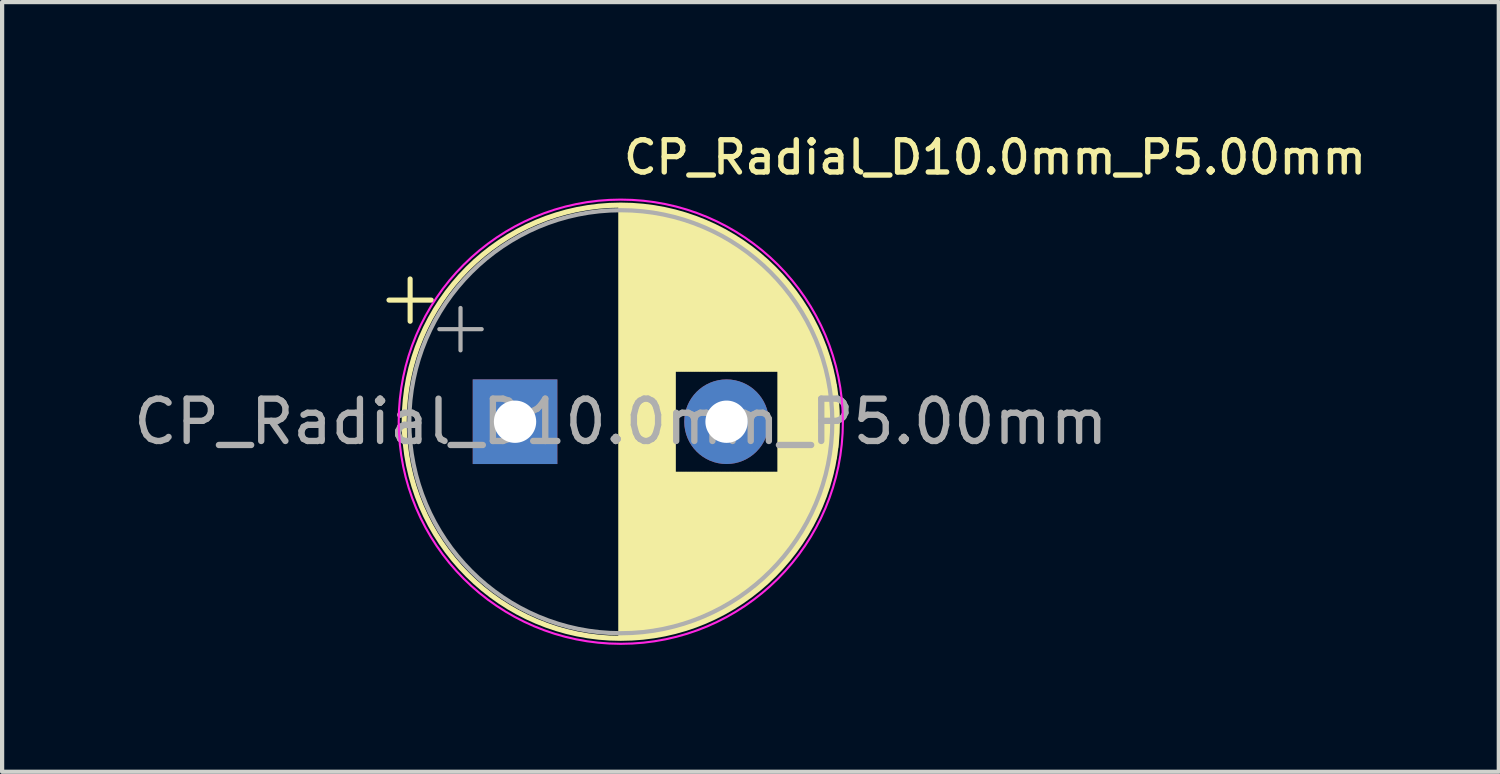
<source format=kicad_pcb>
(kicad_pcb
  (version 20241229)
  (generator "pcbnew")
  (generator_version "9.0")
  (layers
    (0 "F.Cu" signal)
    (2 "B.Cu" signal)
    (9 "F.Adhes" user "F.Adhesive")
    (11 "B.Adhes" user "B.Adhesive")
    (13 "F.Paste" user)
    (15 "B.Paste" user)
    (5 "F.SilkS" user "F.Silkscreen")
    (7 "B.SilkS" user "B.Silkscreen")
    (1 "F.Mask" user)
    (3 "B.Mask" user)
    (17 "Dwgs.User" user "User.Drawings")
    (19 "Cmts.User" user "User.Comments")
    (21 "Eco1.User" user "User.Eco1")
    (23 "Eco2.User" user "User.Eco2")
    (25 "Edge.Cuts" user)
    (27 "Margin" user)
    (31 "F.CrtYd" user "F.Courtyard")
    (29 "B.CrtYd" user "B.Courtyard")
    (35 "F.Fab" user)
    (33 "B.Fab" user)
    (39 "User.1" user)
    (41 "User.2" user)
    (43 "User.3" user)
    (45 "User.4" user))
  (footprint "CP_Radial_D10.0mm_P5.00mm"
    (layer "F.Cu")
    (at 9.125 6.919)
    (property "Reference" "CP_Radial_D10.0mm_P5.00mm" (at 2.5 -6.25 0) (layer "F.SilkS") (effects (font (size 0.762 0.762) (thickness 0.127)) (justify left)))
    (attr through_hole)
    (fp_line (start -2.98 -2.875) (end -1.98 -2.875) (stroke (width 0.12) (type solid)) (layer "F.SilkS"))
    (fp_line (start -2.48 -3.375) (end -2.48 -2.375) (stroke (width 0.12) (type solid)) (layer "F.SilkS"))
    (fp_line (start 2.5 -5.08) (end 2.5 5.08) (stroke (width 0.12) (type solid)) (layer "F.SilkS"))
    (fp_line (start 2.54 -5.08) (end 2.54 5.08) (stroke (width 0.12) (type solid)) (layer "F.SilkS"))
    (fp_line (start 2.58 -5.08) (end 2.58 5.08) (stroke (width 0.12) (type solid)) (layer "F.SilkS"))
    (fp_line (start 2.62 -5.079) (end 2.62 5.079) (stroke (width 0.12) (type solid)) (layer "F.SilkS"))
    (fp_line (start 2.66 -5.078) (end 2.66 5.078) (stroke (width 0.12) (type solid)) (layer "F.SilkS"))
    (fp_line (start 2.7 -5.077) (end 2.7 5.077) (stroke (width 0.12) (type solid)) (layer "F.SilkS"))
    (fp_line (start 2.74 -5.075) (end 2.74 5.075) (stroke (width 0.12) (type solid)) (layer "F.SilkS"))
    (fp_line (start 2.78 -5.073) (end 2.78 5.073) (stroke (width 0.12) (type solid)) (layer "F.SilkS"))
    (fp_line (start 2.82 -5.07) (end 2.82 5.07) (stroke (width 0.12) (type solid)) (layer "F.SilkS"))
    (fp_line (start 2.86 -5.068) (end 2.86 5.068) (stroke (width 0.12) (type solid)) (layer "F.SilkS"))
    (fp_line (start 2.9 -5.065) (end 2.9 5.065) (stroke (width 0.12) (type solid)) (layer "F.SilkS"))
    (fp_line (start 2.94 -5.062) (end 2.94 5.062) (stroke (width 0.12) (type solid)) (layer "F.SilkS"))
    (fp_line (start 2.98 -5.058) (end 2.98 5.058) (stroke (width 0.12) (type solid)) (layer "F.SilkS"))
    (fp_line (start 3.02 -5.054) (end 3.02 5.054) (stroke (width 0.12) (type solid)) (layer "F.SilkS"))
    (fp_line (start 3.06 -5.05) (end 3.06 5.05) (stroke (width 0.12) (type solid)) (layer "F.SilkS"))
    (fp_line (start 3.1 -5.045) (end 3.1 5.045) (stroke (width 0.12) (type solid)) (layer "F.SilkS"))
    (fp_line (start 3.14 -5.04) (end 3.14 5.04) (stroke (width 0.12) (type solid)) (layer "F.SilkS"))
    (fp_line (start 3.18 -5.035) (end 3.18 5.035) (stroke (width 0.12) (type solid)) (layer "F.SilkS"))
    (fp_line (start 3.221 -5.03) (end 3.221 5.03) (stroke (width 0.12) (type solid)) (layer "F.SilkS"))
    (fp_line (start 3.261 -5.024) (end 3.261 5.024) (stroke (width 0.12) (type solid)) (layer "F.SilkS"))
    (fp_line (start 3.301 -5.018) (end 3.301 5.018) (stroke (width 0.12) (type solid)) (layer "F.SilkS"))
    (fp_line (start 3.341 -5.011) (end 3.341 5.011) (stroke (width 0.12) (type solid)) (layer "F.SilkS"))
    (fp_line (start 3.381 -5.004) (end 3.381 5.004) (stroke (width 0.12) (type solid)) (layer "F.SilkS"))
    (fp_line (start 3.421 -4.997) (end 3.421 4.997) (stroke (width 0.12) (type solid)) (layer "F.SilkS"))
    (fp_line (start 3.461 -4.99) (end 3.461 4.99) (stroke (width 0.12) (type solid)) (layer "F.SilkS"))
    (fp_line (start 3.501 -4.982) (end 3.501 4.982) (stroke (width 0.12) (type solid)) (layer "F.SilkS"))
    (fp_line (start 3.541 -4.974) (end 3.541 4.974) (stroke (width 0.12) (type solid)) (layer "F.SilkS"))
    (fp_line (start 3.581 -4.965) (end 3.581 4.965) (stroke (width 0.12) (type solid)) (layer "F.SilkS"))
    (fp_line (start 3.621 -4.956) (end 3.621 4.956) (stroke (width 0.12) (type solid)) (layer "F.SilkS"))
    (fp_line (start 3.661 -4.947) (end 3.661 4.947) (stroke (width 0.12) (type solid)) (layer "F.SilkS"))
    (fp_line (start 3.701 -4.938) (end 3.701 4.938) (stroke (width 0.12) (type solid)) (layer "F.SilkS"))
    (fp_line (start 3.741 -4.928) (end 3.741 4.928) (stroke (width 0.12) (type solid)) (layer "F.SilkS"))
    (fp_line (start 3.781 -4.918) (end 3.781 -1.241) (stroke (width 0.12) (type solid)) (layer "F.SilkS"))
    (fp_line (start 3.781 1.241) (end 3.781 4.918) (stroke (width 0.12) (type solid)) (layer "F.SilkS"))
    (fp_line (start 3.821 -4.907) (end 3.821 -1.241) (stroke (width 0.12) (type solid)) (layer "F.SilkS"))
    (fp_line (start 3.821 1.241) (end 3.821 4.907) (stroke (width 0.12) (type solid)) (layer "F.SilkS"))
    (fp_line (start 3.861 -4.897) (end 3.861 -1.241) (stroke (width 0.12) (type solid)) (layer "F.SilkS"))
    (fp_line (start 3.861 1.241) (end 3.861 4.897) (stroke (width 0.12) (type solid)) (layer "F.SilkS"))
    (fp_line (start 3.901 -4.885) (end 3.901 -1.241) (stroke (width 0.12) (type solid)) (layer "F.SilkS"))
    (fp_line (start 3.901 1.241) (end 3.901 4.885) (stroke (width 0.12) (type solid)) (layer "F.SilkS"))
    (fp_line (start 3.941 -4.874) (end 3.941 -1.241) (stroke (width 0.12) (type solid)) (layer "F.SilkS"))
    (fp_line (start 3.941 1.241) (end 3.941 4.874) (stroke (width 0.12) (type solid)) (layer "F.SilkS"))
    (fp_line (start 3.981 -4.862) (end 3.981 -1.241) (stroke (width 0.12) (type solid)) (layer "F.SilkS"))
    (fp_line (start 3.981 1.241) (end 3.981 4.862) (stroke (width 0.12) (type solid)) (layer "F.SilkS"))
    (fp_line (start 4.021 -4.85) (end 4.021 -1.241) (stroke (width 0.12) (type solid)) (layer "F.SilkS"))
    (fp_line (start 4.021 1.241) (end 4.021 4.85) (stroke (width 0.12) (type solid)) (layer "F.SilkS"))
    (fp_line (start 4.061 -4.837) (end 4.061 -1.241) (stroke (width 0.12) (type solid)) (layer "F.SilkS"))
    (fp_line (start 4.061 1.241) (end 4.061 4.837) (stroke (width 0.12) (type solid)) (layer "F.SilkS"))
    (fp_line (start 4.101 -4.824) (end 4.101 -1.241) (stroke (width 0.12) (type solid)) (layer "F.SilkS"))
    (fp_line (start 4.101 1.241) (end 4.101 4.824) (stroke (width 0.12) (type solid)) (layer "F.SilkS"))
    (fp_line (start 4.141 -4.811) (end 4.141 -1.241) (stroke (width 0.12) (type solid)) (layer "F.SilkS"))
    (fp_line (start 4.141 1.241) (end 4.141 4.811) (stroke (width 0.12) (type solid)) (layer "F.SilkS"))
    (fp_line (start 4.181 -4.797) (end 4.181 -1.241) (stroke (width 0.12) (type solid)) (layer "F.SilkS"))
    (fp_line (start 4.181 1.241) (end 4.181 4.797) (stroke (width 0.12) (type solid)) (layer "F.SilkS"))
    (fp_line (start 4.221 -4.783) (end 4.221 -1.241) (stroke (width 0.12) (type solid)) (layer "F.SilkS"))
    (fp_line (start 4.221 1.241) (end 4.221 4.783) (stroke (width 0.12) (type solid)) (layer "F.SilkS"))
    (fp_line (start 4.261 -4.768) (end 4.261 -1.241) (stroke (width 0.12) (type solid)) (layer "F.SilkS"))
    (fp_line (start 4.261 1.241) (end 4.261 4.768) (stroke (width 0.12) (type solid)) (layer "F.SilkS"))
    (fp_line (start 4.301 -4.754) (end 4.301 -1.241) (stroke (width 0.12) (type solid)) (layer "F.SilkS"))
    (fp_line (start 4.301 1.241) (end 4.301 4.754) (stroke (width 0.12) (type solid)) (layer "F.SilkS"))
    (fp_line (start 4.341 -4.738) (end 4.341 -1.241) (stroke (width 0.12) (type solid)) (layer "F.SilkS"))
    (fp_line (start 4.341 1.241) (end 4.341 4.738) (stroke (width 0.12) (type solid)) (layer "F.SilkS"))
    (fp_line (start 4.381 -4.723) (end 4.381 -1.241) (stroke (width 0.12) (type solid)) (layer "F.SilkS"))
    (fp_line (start 4.381 1.241) (end 4.381 4.723) (stroke (width 0.12) (type solid)) (layer "F.SilkS"))
    (fp_line (start 4.421 -4.707) (end 4.421 -1.241) (stroke (width 0.12) (type solid)) (layer "F.SilkS"))
    (fp_line (start 4.421 1.241) (end 4.421 4.707) (stroke (width 0.12) (type solid)) (layer "F.SilkS"))
    (fp_line (start 4.461 -4.69) (end 4.461 -1.241) (stroke (width 0.12) (type solid)) (layer "F.SilkS"))
    (fp_line (start 4.461 1.241) (end 4.461 4.69) (stroke (width 0.12) (type solid)) (layer "F.SilkS"))
    (fp_line (start 4.501 -4.674) (end 4.501 -1.241) (stroke (width 0.12) (type solid)) (layer "F.SilkS"))
    (fp_line (start 4.501 1.241) (end 4.501 4.674) (stroke (width 0.12) (type solid)) (layer "F.SilkS"))
    (fp_line (start 4.541 -4.657) (end 4.541 -1.241) (stroke (width 0.12) (type solid)) (layer "F.SilkS"))
    (fp_line (start 4.541 1.241) (end 4.541 4.657) (stroke (width 0.12) (type solid)) (layer "F.SilkS"))
    (fp_line (start 4.581 -4.639) (end 4.581 -1.241) (stroke (width 0.12) (type solid)) (layer "F.SilkS"))
    (fp_line (start 4.581 1.241) (end 4.581 4.639) (stroke (width 0.12) (type solid)) (layer "F.SilkS"))
    (fp_line (start 4.621 -4.621) (end 4.621 -1.241) (stroke (width 0.12) (type solid)) (layer "F.SilkS"))
    (fp_line (start 4.621 1.241) (end 4.621 4.621) (stroke (width 0.12) (type solid)) (layer "F.SilkS"))
    (fp_line (start 4.661 -4.603) (end 4.661 -1.241) (stroke (width 0.12) (type solid)) (layer "F.SilkS"))
    (fp_line (start 4.661 1.241) (end 4.661 4.603) (stroke (width 0.12) (type solid)) (layer "F.SilkS"))
    (fp_line (start 4.701 -4.584) (end 4.701 -1.241) (stroke (width 0.12) (type solid)) (layer "F.SilkS"))
    (fp_line (start 4.701 1.241) (end 4.701 4.584) (stroke (width 0.12) (type solid)) (layer "F.SilkS"))
    (fp_line (start 4.741 -4.564) (end 4.741 -1.241) (stroke (width 0.12) (type solid)) (layer "F.SilkS"))
    (fp_line (start 4.741 1.241) (end 4.741 4.564) (stroke (width 0.12) (type solid)) (layer "F.SilkS"))
    (fp_line (start 4.781 -4.545) (end 4.781 -1.241) (stroke (width 0.12) (type solid)) (layer "F.SilkS"))
    (fp_line (start 4.781 1.241) (end 4.781 4.545) (stroke (width 0.12) (type solid)) (layer "F.SilkS"))
    (fp_line (start 4.821 -4.525) (end 4.821 -1.241) (stroke (width 0.12) (type solid)) (layer "F.SilkS"))
    (fp_line (start 4.821 1.241) (end 4.821 4.525) (stroke (width 0.12) (type solid)) (layer "F.SilkS"))
    (fp_line (start 4.861 -4.504) (end 4.861 -1.241) (stroke (width 0.12) (type solid)) (layer "F.SilkS"))
    (fp_line (start 4.861 1.241) (end 4.861 4.504) (stroke (width 0.12) (type solid)) (layer "F.SilkS"))
    (fp_line (start 4.901 -4.483) (end 4.901 -1.241) (stroke (width 0.12) (type solid)) (layer "F.SilkS"))
    (fp_line (start 4.901 1.241) (end 4.901 4.483) (stroke (width 0.12) (type solid)) (layer "F.SilkS"))
    (fp_line (start 4.941 -4.462) (end 4.941 -1.241) (stroke (width 0.12) (type solid)) (layer "F.SilkS"))
    (fp_line (start 4.941 1.241) (end 4.941 4.462) (stroke (width 0.12) (type solid)) (layer "F.SilkS"))
    (fp_line (start 4.981 -4.44) (end 4.981 -1.241) (stroke (width 0.12) (type solid)) (layer "F.SilkS"))
    (fp_line (start 4.981 1.241) (end 4.981 4.44) (stroke (width 0.12) (type solid)) (layer "F.SilkS"))
    (fp_line (start 5.021 -4.417) (end 5.021 -1.241) (stroke (width 0.12) (type solid)) (layer "F.SilkS"))
    (fp_line (start 5.021 1.241) (end 5.021 4.417) (stroke (width 0.12) (type solid)) (layer "F.SilkS"))
    (fp_line (start 5.061 -4.395) (end 5.061 -1.241) (stroke (width 0.12) (type solid)) (layer "F.SilkS"))
    (fp_line (start 5.061 1.241) (end 5.061 4.395) (stroke (width 0.12) (type solid)) (layer "F.SilkS"))
    (fp_line (start 5.101 -4.371) (end 5.101 -1.241) (stroke (width 0.12) (type solid)) (layer "F.SilkS"))
    (fp_line (start 5.101 1.241) (end 5.101 4.371) (stroke (width 0.12) (type solid)) (layer "F.SilkS"))
    (fp_line (start 5.141 -4.347) (end 5.141 -1.241) (stroke (width 0.12) (type solid)) (layer "F.SilkS"))
    (fp_line (start 5.141 1.241) (end 5.141 4.347) (stroke (width 0.12) (type solid)) (layer "F.SilkS"))
    (fp_line (start 5.181 -4.323) (end 5.181 -1.241) (stroke (width 0.12) (type solid)) (layer "F.SilkS"))
    (fp_line (start 5.181 1.241) (end 5.181 4.323) (stroke (width 0.12) (type solid)) (layer "F.SilkS"))
    (fp_line (start 5.221 -4.298) (end 5.221 -1.241) (stroke (width 0.12) (type solid)) (layer "F.SilkS"))
    (fp_line (start 5.221 1.241) (end 5.221 4.298) (stroke (width 0.12) (type solid)) (layer "F.SilkS"))
    (fp_line (start 5.261 -4.273) (end 5.261 -1.241) (stroke (width 0.12) (type solid)) (layer "F.SilkS"))
    (fp_line (start 5.261 1.241) (end 5.261 4.273) (stroke (width 0.12) (type solid)) (layer "F.SilkS"))
    (fp_line (start 5.301 -4.247) (end 5.301 -1.241) (stroke (width 0.12) (type solid)) (layer "F.SilkS"))
    (fp_line (start 5.301 1.241) (end 5.301 4.247) (stroke (width 0.12) (type solid)) (layer "F.SilkS"))
    (fp_line (start 5.341 -4.221) (end 5.341 -1.241) (stroke (width 0.12) (type solid)) (layer "F.SilkS"))
    (fp_line (start 5.341 1.241) (end 5.341 4.221) (stroke (width 0.12) (type solid)) (layer "F.SilkS"))
    (fp_line (start 5.381 -4.194) (end 5.381 -1.241) (stroke (width 0.12) (type solid)) (layer "F.SilkS"))
    (fp_line (start 5.381 1.241) (end 5.381 4.194) (stroke (width 0.12) (type solid)) (layer "F.SilkS"))
    (fp_line (start 5.421 -4.166) (end 5.421 -1.241) (stroke (width 0.12) (type solid)) (layer "F.SilkS"))
    (fp_line (start 5.421 1.241) (end 5.421 4.166) (stroke (width 0.12) (type solid)) (layer "F.SilkS"))
    (fp_line (start 5.461 -4.138) (end 5.461 -1.241) (stroke (width 0.12) (type solid)) (layer "F.SilkS"))
    (fp_line (start 5.461 1.241) (end 5.461 4.138) (stroke (width 0.12) (type solid)) (layer "F.SilkS"))
    (fp_line (start 5.501 -4.11) (end 5.501 -1.241) (stroke (width 0.12) (type solid)) (layer "F.SilkS"))
    (fp_line (start 5.501 1.241) (end 5.501 4.11) (stroke (width 0.12) (type solid)) (layer "F.SilkS"))
    (fp_line (start 5.541 -4.08) (end 5.541 -1.241) (stroke (width 0.12) (type solid)) (layer "F.SilkS"))
    (fp_line (start 5.541 1.241) (end 5.541 4.08) (stroke (width 0.12) (type solid)) (layer "F.SilkS"))
    (fp_line (start 5.581 -4.05) (end 5.581 -1.241) (stroke (width 0.12) (type solid)) (layer "F.SilkS"))
    (fp_line (start 5.581 1.241) (end 5.581 4.05) (stroke (width 0.12) (type solid)) (layer "F.SilkS"))
    (fp_line (start 5.621 -4.02) (end 5.621 -1.241) (stroke (width 0.12) (type solid)) (layer "F.SilkS"))
    (fp_line (start 5.621 1.241) (end 5.621 4.02) (stroke (width 0.12) (type solid)) (layer "F.SilkS"))
    (fp_line (start 5.661 -3.989) (end 5.661 -1.241) (stroke (width 0.12) (type solid)) (layer "F.SilkS"))
    (fp_line (start 5.661 1.241) (end 5.661 3.989) (stroke (width 0.12) (type solid)) (layer "F.SilkS"))
    (fp_line (start 5.701 -3.957) (end 5.701 -1.241) (stroke (width 0.12) (type solid)) (layer "F.SilkS"))
    (fp_line (start 5.701 1.241) (end 5.701 3.957) (stroke (width 0.12) (type solid)) (layer "F.SilkS"))
    (fp_line (start 5.741 -3.925) (end 5.741 -1.241) (stroke (width 0.12) (type solid)) (layer "F.SilkS"))
    (fp_line (start 5.741 1.241) (end 5.741 3.925) (stroke (width 0.12) (type solid)) (layer "F.SilkS"))
    (fp_line (start 5.781 -3.892) (end 5.781 -1.241) (stroke (width 0.12) (type solid)) (layer "F.SilkS"))
    (fp_line (start 5.781 1.241) (end 5.781 3.892) (stroke (width 0.12) (type solid)) (layer "F.SilkS"))
    (fp_line (start 5.821 -3.858) (end 5.821 -1.241) (stroke (width 0.12) (type solid)) (layer "F.SilkS"))
    (fp_line (start 5.821 1.241) (end 5.821 3.858) (stroke (width 0.12) (type solid)) (layer "F.SilkS"))
    (fp_line (start 5.861 -3.824) (end 5.861 -1.241) (stroke (width 0.12) (type solid)) (layer "F.SilkS"))
    (fp_line (start 5.861 1.241) (end 5.861 3.824) (stroke (width 0.12) (type solid)) (layer "F.SilkS"))
    (fp_line (start 5.901 -3.789) (end 5.901 -1.241) (stroke (width 0.12) (type solid)) (layer "F.SilkS"))
    (fp_line (start 5.901 1.241) (end 5.901 3.789) (stroke (width 0.12) (type solid)) (layer "F.SilkS"))
    (fp_line (start 5.941 -3.753) (end 5.941 -1.241) (stroke (width 0.12) (type solid)) (layer "F.SilkS"))
    (fp_line (start 5.941 1.241) (end 5.941 3.753) (stroke (width 0.12) (type solid)) (layer "F.SilkS"))
    (fp_line (start 5.981 -3.716) (end 5.981 -1.241) (stroke (width 0.12) (type solid)) (layer "F.SilkS"))
    (fp_line (start 5.981 1.241) (end 5.981 3.716) (stroke (width 0.12) (type solid)) (layer "F.SilkS"))
    (fp_line (start 6.021 -3.679) (end 6.021 -1.241) (stroke (width 0.12) (type solid)) (layer "F.SilkS"))
    (fp_line (start 6.021 1.241) (end 6.021 3.679) (stroke (width 0.12) (type solid)) (layer "F.SilkS"))
    (fp_line (start 6.061 -3.64) (end 6.061 -1.241) (stroke (width 0.12) (type solid)) (layer "F.SilkS"))
    (fp_line (start 6.061 1.241) (end 6.061 3.64) (stroke (width 0.12) (type solid)) (layer "F.SilkS"))
    (fp_line (start 6.101 -3.601) (end 6.101 -1.241) (stroke (width 0.12) (type solid)) (layer "F.SilkS"))
    (fp_line (start 6.101 1.241) (end 6.101 3.601) (stroke (width 0.12) (type solid)) (layer "F.SilkS"))
    (fp_line (start 6.141 -3.561) (end 6.141 -1.241) (stroke (width 0.12) (type solid)) (layer "F.SilkS"))
    (fp_line (start 6.141 1.241) (end 6.141 3.561) (stroke (width 0.12) (type solid)) (layer "F.SilkS"))
    (fp_line (start 6.181 -3.52) (end 6.181 -1.241) (stroke (width 0.12) (type solid)) (layer "F.SilkS"))
    (fp_line (start 6.181 1.241) (end 6.181 3.52) (stroke (width 0.12) (type solid)) (layer "F.SilkS"))
    (fp_line (start 6.221 -3.478) (end 6.221 -1.241) (stroke (width 0.12) (type solid)) (layer "F.SilkS"))
    (fp_line (start 6.221 1.241) (end 6.221 3.478) (stroke (width 0.12) (type solid)) (layer "F.SilkS"))
    (fp_line (start 6.261 -3.436) (end 6.261 3.436) (stroke (width 0.12) (type solid)) (layer "F.SilkS"))
    (fp_line (start 6.301 -3.392) (end 6.301 3.392) (stroke (width 0.12) (type solid)) (layer "F.SilkS"))
    (fp_line (start 6.341 -3.347) (end 6.341 3.347) (stroke (width 0.12) (type solid)) (layer "F.SilkS"))
    (fp_line (start 6.381 -3.301) (end 6.381 3.301) (stroke (width 0.12) (type solid)) (layer "F.SilkS"))
    (fp_line (start 6.421 -3.254) (end 6.421 3.254) (stroke (width 0.12) (type solid)) (layer "F.SilkS"))
    (fp_line (start 6.461 -3.206) (end 6.461 3.206) (stroke (width 0.12) (type solid)) (layer "F.SilkS"))
    (fp_line (start 6.501 -3.156) (end 6.501 3.156) (stroke (width 0.12) (type solid)) (layer "F.SilkS"))
    (fp_line (start 6.541 -3.106) (end 6.541 3.106) (stroke (width 0.12) (type solid)) (layer "F.SilkS"))
    (fp_line (start 6.581 -3.054) (end 6.581 3.054) (stroke (width 0.12) (type solid)) (layer "F.SilkS"))
    (fp_line (start 6.621 -3) (end 6.621 3) (stroke (width 0.12) (type solid)) (layer "F.SilkS"))
    (fp_line (start 6.661 -2.945) (end 6.661 2.945) (stroke (width 0.12) (type solid)) (layer "F.SilkS"))
    (fp_line (start 6.701 -2.889) (end 6.701 2.889) (stroke (width 0.12) (type solid)) (layer "F.SilkS"))
    (fp_line (start 6.741 -2.83) (end 6.741 2.83) (stroke (width 0.12) (type solid)) (layer "F.SilkS"))
    (fp_line (start 6.781 -2.77) (end 6.781 2.77) (stroke (width 0.12) (type solid)) (layer "F.SilkS"))
    (fp_line (start 6.821 -2.709) (end 6.821 2.709) (stroke (width 0.12) (type solid)) (layer "F.SilkS"))
    (fp_line (start 6.861 -2.645) (end 6.861 2.645) (stroke (width 0.12) (type solid)) (layer "F.SilkS"))
    (fp_line (start 6.901 -2.579) (end 6.901 2.579) (stroke (width 0.12) (type solid)) (layer "F.SilkS"))
    (fp_line (start 6.941 -2.51) (end 6.941 2.51) (stroke (width 0.12) (type solid)) (layer "F.SilkS"))
    (fp_line (start 6.981 -2.439) (end 6.981 2.439) (stroke (width 0.12) (type solid)) (layer "F.SilkS"))
    (fp_line (start 7.021 -2.365) (end 7.021 2.365) (stroke (width 0.12) (type solid)) (layer "F.SilkS"))
    (fp_line (start 7.061 -2.289) (end 7.061 2.289) (stroke (width 0.12) (type solid)) (layer "F.SilkS"))
    (fp_line (start 7.101 -2.209) (end 7.101 2.209) (stroke (width 0.12) (type solid)) (layer "F.SilkS"))
    (fp_line (start 7.141 -2.125) (end 7.141 2.125) (stroke (width 0.12) (type solid)) (layer "F.SilkS"))
    (fp_line (start 7.181 -2.037) (end 7.181 2.037) (stroke (width 0.12) (type solid)) (layer "F.SilkS"))
    (fp_line (start 7.221 -1.944) (end 7.221 1.944) (stroke (width 0.12) (type solid)) (layer "F.SilkS"))
    (fp_line (start 7.261 -1.846) (end 7.261 1.846) (stroke (width 0.12) (type solid)) (layer "F.SilkS"))
    (fp_line (start 7.301 -1.742) (end 7.301 1.742) (stroke (width 0.12) (type solid)) (layer "F.SilkS"))
    (fp_line (start 7.341 -1.63) (end 7.341 1.63) (stroke (width 0.12) (type solid)) (layer "F.SilkS"))
    (fp_line (start 7.381 -1.51) (end 7.381 1.51) (stroke (width 0.12) (type solid)) (layer "F.SilkS"))
    (fp_line (start 7.421 -1.378) (end 7.421 1.378) (stroke (width 0.12) (type solid)) (layer "F.SilkS"))
    (fp_line (start 7.461 -1.23) (end 7.461 1.23) (stroke (width 0.12) (type solid)) (layer "F.SilkS"))
    (fp_line (start 7.501 -1.062) (end 7.501 1.062) (stroke (width 0.12) (type solid)) (layer "F.SilkS"))
    (fp_line (start 7.541 -0.862) (end 7.541 0.862) (stroke (width 0.12) (type solid)) (layer "F.SilkS"))
    (fp_line (start 7.581 -0.599) (end 7.581 0.599) (stroke (width 0.12) (type solid)) (layer "F.SilkS"))
    (fp_circle (center 2.5 0) (end 7.62 0) (stroke (width 0.12) (type solid)) (fill no) (layer "F.SilkS"))
    (fp_circle (center 2.5 0) (end 7.75 0) (stroke (width 0.05) (type solid)) (fill no) (layer "F.CrtYd"))
    (fp_line (start -1.789 -2.188) (end -0.789 -2.188) (stroke (width 0.1) (type solid)) (layer "F.Fab"))
    (fp_line (start -1.289 -2.688) (end -1.289 -1.688) (stroke (width 0.1) (type solid)) (layer "F.Fab"))
    (fp_circle (center 2.5 0) (end 7.5 0) (stroke (width 0.1) (type solid)) (fill no) (layer "F.Fab"))
    (fp_text user "${REFERENCE}" (at 2.5 0 0) (layer "F.Fab") (effects (font (size 1 1) (thickness 0.15))))
    (pad "1" thru_hole rect (at 0 0) (size 2 2) (drill 1) (layers "*.Cu" "*.Mask"))
    (pad "2" thru_hole circle (at 5 0) (size 2 2) (drill 1) (layers "*.Cu" "*.Mask")))
  (gr_rect
    (start -3 -3)
    (end 32.38 15.194)
    (stroke (width 0.1) (type default))
    (fill no)
    (layer "Edge.Cuts")))
</source>
